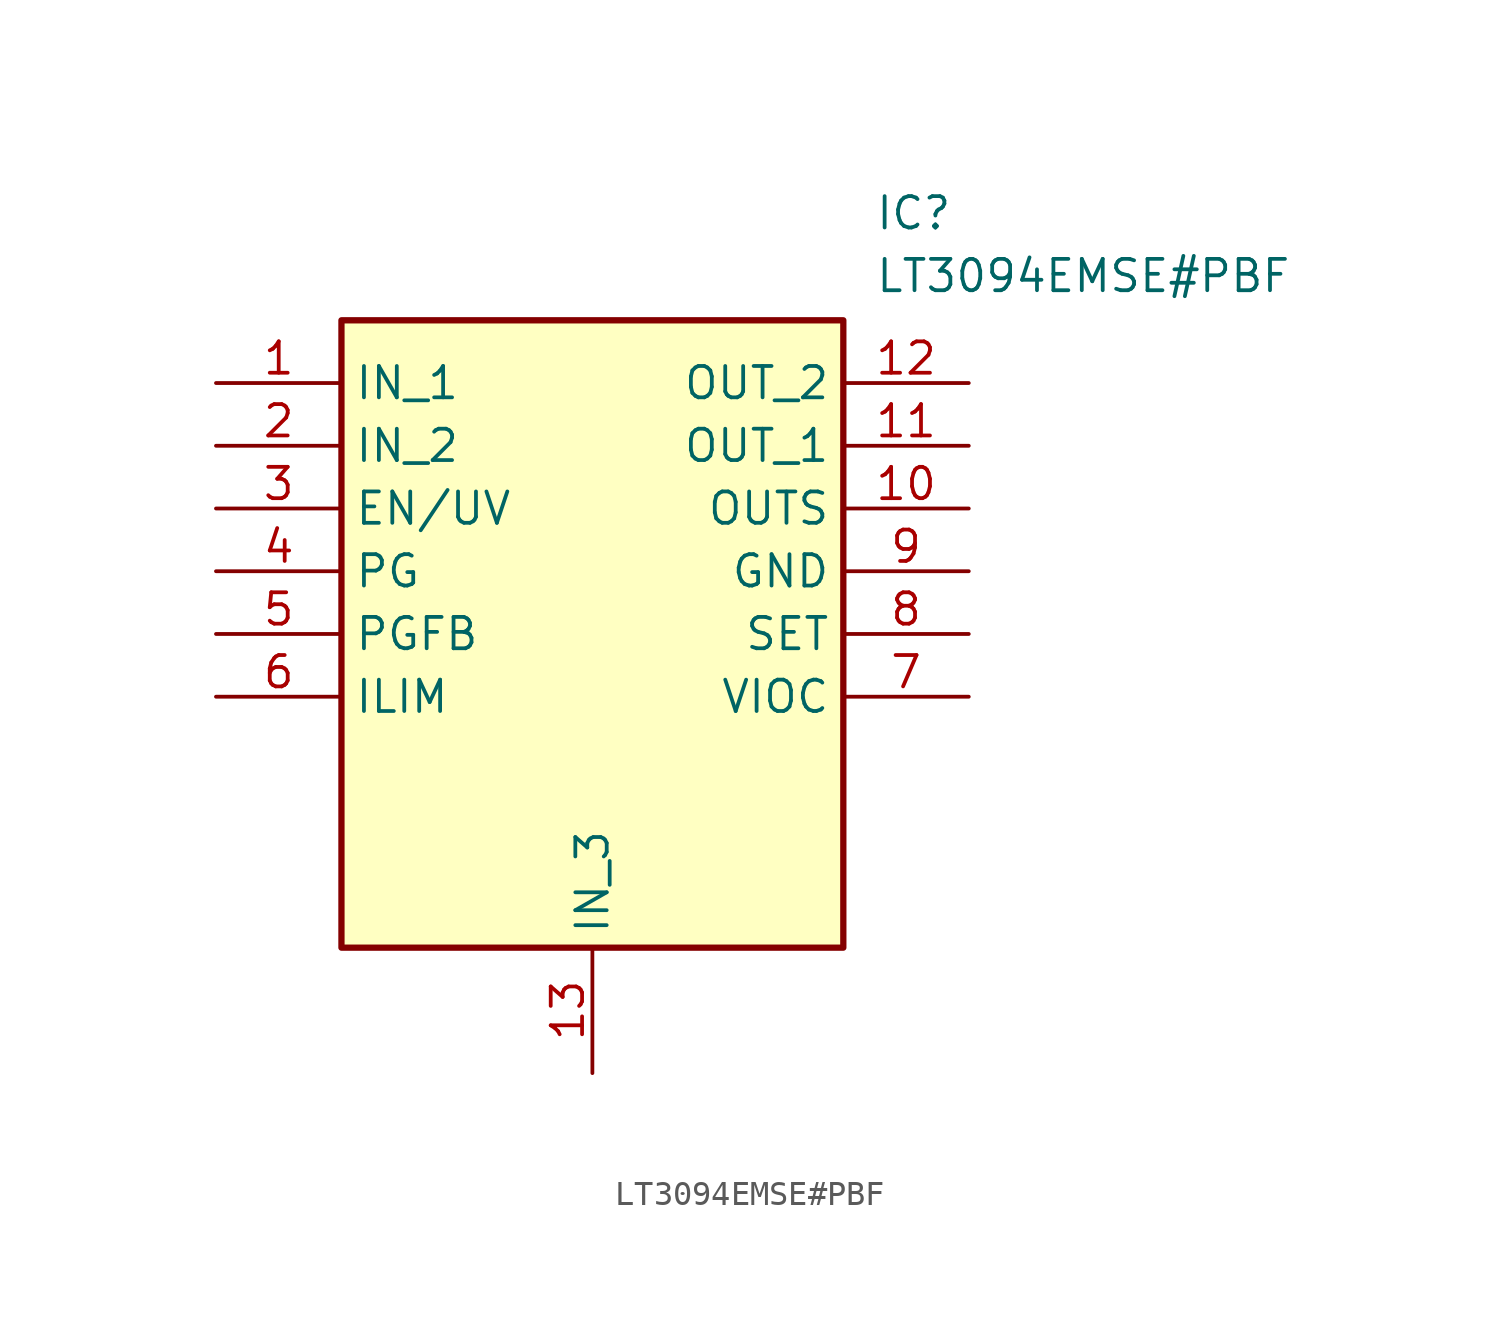
<source format=kicad_sym>
(kicad_symbol_lib
  (version 20211014)
  (generator SamacSys_ECAD_Model)
  (symbol "LT3094EMSE#PBF"
    (property "Reference" "IC"
      (at 26.67 7.62 0)
      (effects (font (size 1.27 1.27)) (justify left top)))
    (property "Value" "LT3094EMSE#PBF"
      (at 26.67 5.08 0)
      (effects (font (size 1.27 1.27)) (justify left top)))
    (rectangle
      (start 5.08 2.54)
      (end 25.4 -22.86)
      (stroke (width 0.254) (type default))
      (fill (type background)))
    (pin passive line
      (at 0 0 0)
      (length 5.08)
      (name "IN_1" (effects (font (size 1.27 1.27))))
      (number "1" (effects (font (size 1.27 1.27)))))
    (pin passive line
      (at 0 -2.54 0)
      (length 5.08)
      (name "IN_2" (effects (font (size 1.27 1.27))))
      (number "2" (effects (font (size 1.27 1.27)))))
    (pin passive line
      (at 0 -5.08 0)
      (length 5.08)
      (name "EN/UV" (effects (font (size 1.27 1.27))))
      (number "3" (effects (font (size 1.27 1.27)))))
    (pin passive line
      (at 0 -7.62 0)
      (length 5.08)
      (name "PG" (effects (font (size 1.27 1.27))))
      (number "4" (effects (font (size 1.27 1.27)))))
    (pin passive line
      (at 0 -10.16 0)
      (length 5.08)
      (name "PGFB" (effects (font (size 1.27 1.27))))
      (number "5" (effects (font (size 1.27 1.27)))))
    (pin passive line
      (at 0 -12.7 0)
      (length 5.08)
      (name "ILIM" (effects (font (size 1.27 1.27))))
      (number "6" (effects (font (size 1.27 1.27)))))
    (pin passive line
      (at 15.24 -27.94 90)
      (length 5.08)
      (name "IN_3" (effects (font (size 1.27 1.27))))
      (number "13" (effects (font (size 1.27 1.27)))))
    (pin passive line
      (at 30.48 0 180)
      (length 5.08)
      (name "OUT_2" (effects (font (size 1.27 1.27))))
      (number "12" (effects (font (size 1.27 1.27)))))
    (pin passive line
      (at 30.48 -2.54 180)
      (length 5.08)
      (name "OUT_1" (effects (font (size 1.27 1.27))))
      (number "11" (effects (font (size 1.27 1.27)))))
    (pin passive line
      (at 30.48 -5.08 180)
      (length 5.08)
      (name "OUTS" (effects (font (size 1.27 1.27))))
      (number "10" (effects (font (size 1.27 1.27)))))
    (pin passive line
      (at 30.48 -7.62 180)
      (length 5.08)
      (name "GND" (effects (font (size 1.27 1.27))))
      (number "9" (effects (font (size 1.27 1.27)))))
    (pin passive line
      (at 30.48 -10.16 180)
      (length 5.08)
      (name "SET" (effects (font (size 1.27 1.27))))
      (number "8" (effects (font (size 1.27 1.27)))))
    (pin passive line
      (at 30.48 -12.7 180)
      (length 5.08)
      (name "VIOC" (effects (font (size 1.27 1.27))))
      (number "7" (effects (font (size 1.27 1.27)))))))
</source>
